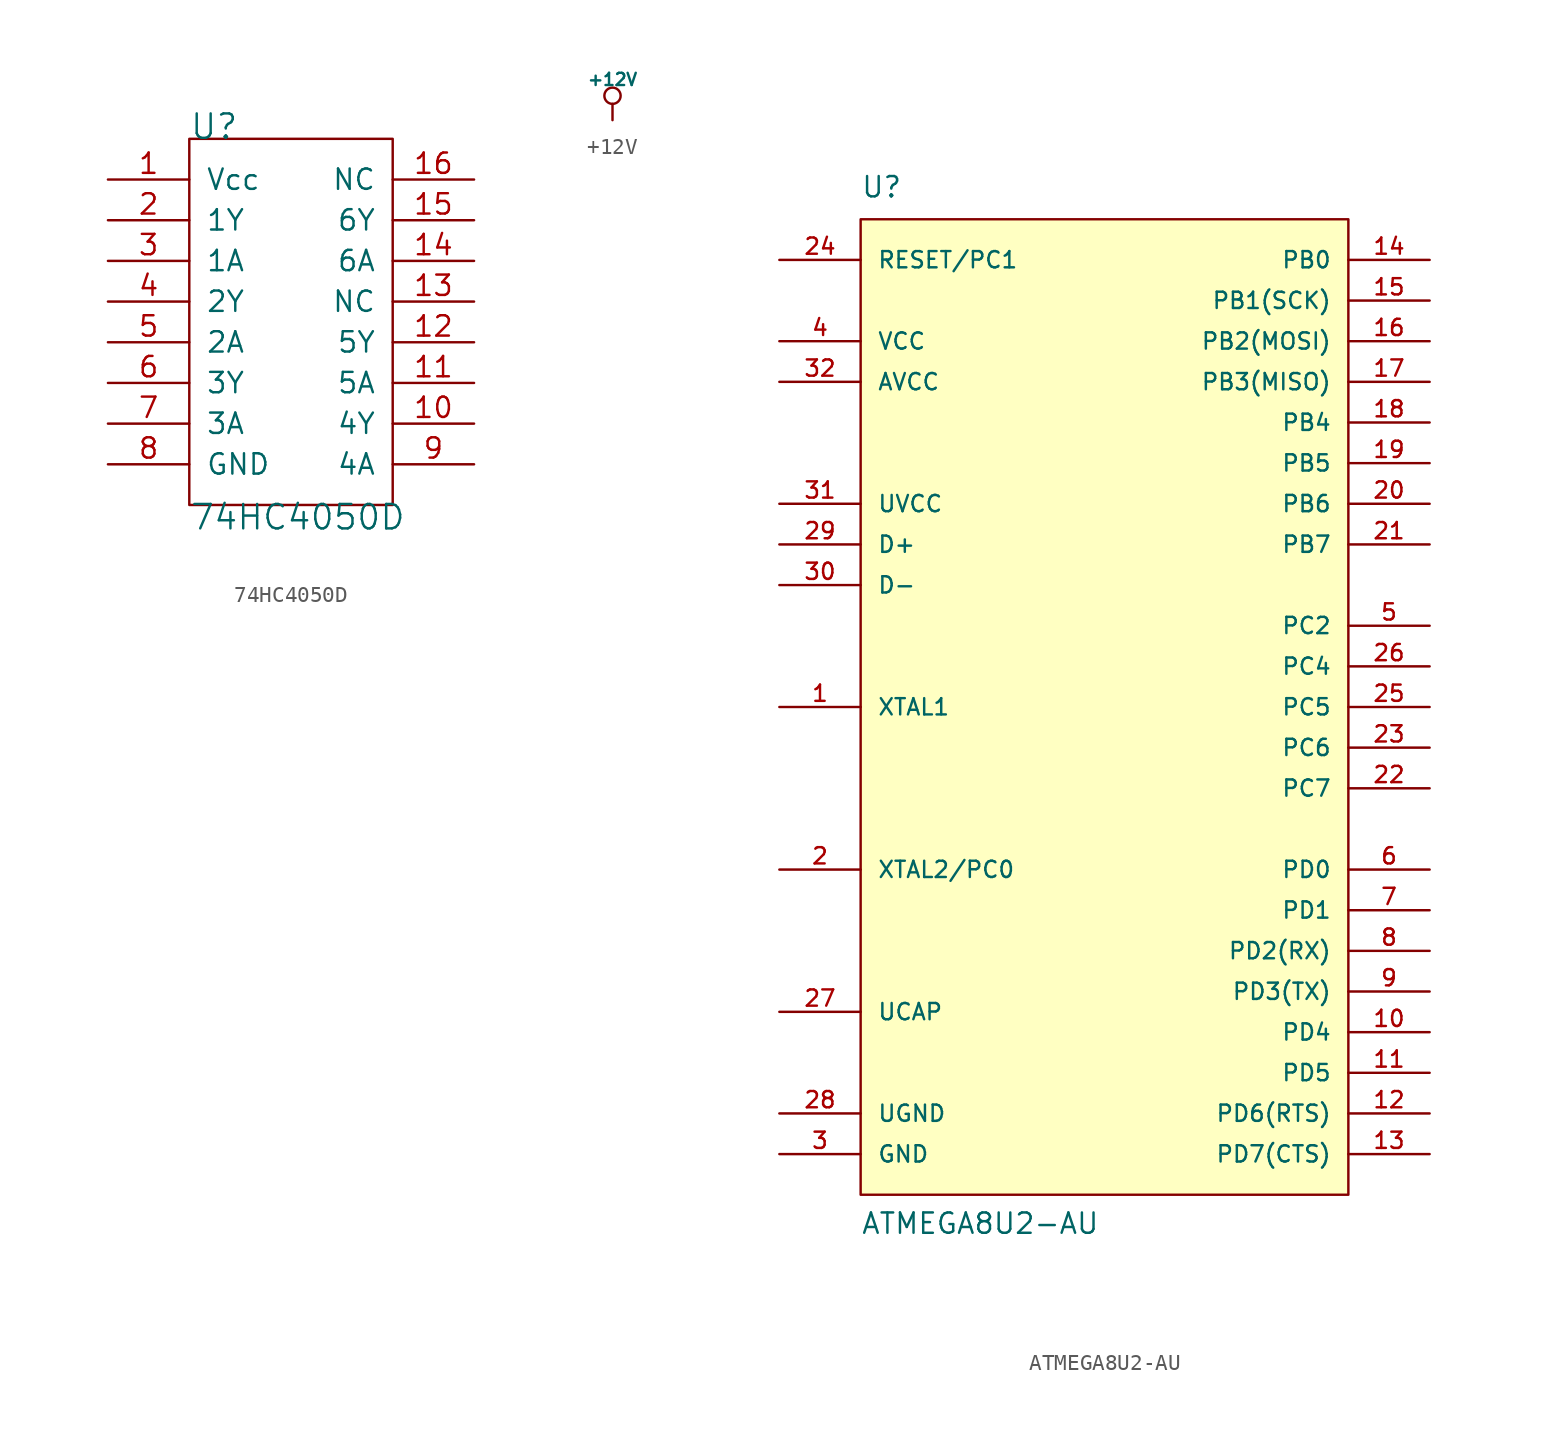
<source format=kicad_sym>
(kicad_symbol_lib
  (version 20211014)
  (generator kicad_symbol_editor)
  (symbol "74HC4050D"
    (pin_names
      (offset 1.016))
    (property "Reference" "U"
      (at 0 0.762 0)
      (effects (font (size 1.524 1.524)) (justify left)))
    (property "Value" "74HC4050D"
      (at 0 -23.622 0)
      (effects (font (size 1.524 1.524)) (justify left)))
    (property "Footprint" ""
      (at 0 0 0)
      (effects (font (size 1.524 1.524))))
    (property "Datasheet" ""
      (at 0 0 0)
      (effects (font (size 1.524 1.524))))
    (property "ki_locked" ""
      (at 0 0 0)
      (effects (font (size 1.27 1.27))))
    (symbol "74HC4050D_1_1"
      (rectangle (start 0 0) (end 12.7 -22.86) (stroke (width 0) (type default) (color 0 0 0 0)) (fill (type none)))
      (pin power_in line (at -5.08 -2.54 0) (length 5.08) (name "Vcc" (effects (font (size 1.27 1.27)))) (number "1" (effects (font (size 1.27 1.27)))))
      (pin power_in line (at 17.78 -17.78 180) (length 5.08) (name "4Y" (effects (font (size 1.27 1.27)))) (number "10" (effects (font (size 1.27 1.27)))))
      (pin power_in line (at 17.78 -15.24 180) (length 5.08) (name "5A" (effects (font (size 1.27 1.27)))) (number "11" (effects (font (size 1.27 1.27)))))
      (pin power_in line (at 17.78 -12.7 180) (length 5.08) (name "5Y" (effects (font (size 1.27 1.27)))) (number "12" (effects (font (size 1.27 1.27)))))
      (pin power_in line (at 17.78 -10.16 180) (length 5.08) (name "NC" (effects (font (size 1.27 1.27)))) (number "13" (effects (font (size 1.27 1.27)))))
      (pin power_in line (at 17.78 -7.62 180) (length 5.08) (name "6A" (effects (font (size 1.27 1.27)))) (number "14" (effects (font (size 1.27 1.27)))))
      (pin power_in line (at 17.78 -5.08 180) (length 5.08) (name "6Y" (effects (font (size 1.27 1.27)))) (number "15" (effects (font (size 1.27 1.27)))))
      (pin power_in line (at 17.78 -2.54 180) (length 5.08) (name "NC" (effects (font (size 1.27 1.27)))) (number "16" (effects (font (size 1.27 1.27)))))
      (pin power_in line (at -5.08 -5.08 0) (length 5.08) (name "1Y" (effects (font (size 1.27 1.27)))) (number "2" (effects (font (size 1.27 1.27)))))
      (pin power_in line (at -5.08 -7.62 0) (length 5.08) (name "1A" (effects (font (size 1.27 1.27)))) (number "3" (effects (font (size 1.27 1.27)))))
      (pin power_in line (at -5.08 -10.16 0) (length 5.08) (name "2Y" (effects (font (size 1.27 1.27)))) (number "4" (effects (font (size 1.27 1.27)))))
      (pin power_in line (at -5.08 -12.7 0) (length 5.08) (name "2A" (effects (font (size 1.27 1.27)))) (number "5" (effects (font (size 1.27 1.27)))))
      (pin power_in line (at -5.08 -15.24 0) (length 5.08) (name "3Y" (effects (font (size 1.27 1.27)))) (number "6" (effects (font (size 1.27 1.27)))))
      (pin power_in line (at -5.08 -17.78 0) (length 5.08) (name "3A" (effects (font (size 1.27 1.27)))) (number "7" (effects (font (size 1.27 1.27)))))
      (pin power_in line (at -5.08 -20.32 0) (length 5.08) (name "GND" (effects (font (size 1.27 1.27)))) (number "8" (effects (font (size 1.27 1.27)))))
      (pin power_in line (at 17.78 -20.32 180) (length 5.08) (name "4A" (effects (font (size 1.27 1.27)))) (number "9" (effects (font (size 1.27 1.27)))))))
  (symbol "+12V"
    (power)
    (pin_numbers hide)
    (pin_names
      (offset 0))
    (property "Reference" "#PWR"
      (at 0 -1.27 0)
      (effects (font (size 0.508 0.508)) hide))
    (property "Value" "+12V"
      (at 0 2.54 0)
      (effects (font (size 0.762 0.762))))
    (property "Footprint" ""
      (at 0 0 0)
      (effects (font (size 1.524 1.524))))
    (property "Datasheet" ""
      (at 0 0 0)
      (effects (font (size 1.524 1.524))))
    (symbol "+12V_0_0"
      (pin power_in line (at 0 0 90) (length 0) hide (name "+12V" (effects (font (size 0.762 0.762)))) (number "1" (effects (font (size 0.508 0.508))))))
    (symbol "+12V_0_1"
      (polyline (pts (xy 0 0) (xy 0 1.016) (xy 0 1.016)) (stroke (width 0) (type default) (color 0 0 0 0)) (fill (type none)))
      (circle (center 0 1.524) (radius 0.508) (stroke (width 0) (type default) (color 0 0 0 0)) (fill (type none)))))
  (symbol "ATMEGA8U2-AU"
    (pin_names
      (offset 1.016))
    (property "Reference" "U"
      (at -15.24 31.75 0)
      (effects (font (size 1.27 1.27)) (justify left bottom)))
    (property "Value" "ATMEGA8U2-AU"
      (at -15.24 -33.02 0)
      (effects (font (size 1.27 1.27)) (justify left bottom)))
    (property "Datasheet" ""
      (at 0 0 0)
      (effects (font (size 1.524 1.524))))
    (property "ki_locked" ""
      (at 0 0 0)
      (effects (font (size 1.27 1.27))))
    (symbol "ATMEGA8U2-AU_1_0"
      (rectangle (start 15.24 -30.48) (end -15.24 30.48) (stroke (width 0) (type default) (color 0 0 0 0)) (fill (type background))))
    (symbol "ATMEGA8U2-AU_1_1"
      (pin bidirectional line (at -20.32 0 0) (length 5.08) (name "XTAL1" (effects (font (size 1.016 1.016)))) (number "1" (effects (font (size 1.016 1.016)))))
      (pin bidirectional line (at 20.32 -20.32 180) (length 5.08) (name "PD4" (effects (font (size 1.016 1.016)))) (number "10" (effects (font (size 1.016 1.016)))))
      (pin bidirectional line (at 20.32 -22.86 180) (length 5.08) (name "PD5" (effects (font (size 1.016 1.016)))) (number "11" (effects (font (size 1.016 1.016)))))
      (pin bidirectional line (at 20.32 -25.4 180) (length 5.08) (name "PD6(RTS)" (effects (font (size 1.016 1.016)))) (number "12" (effects (font (size 1.016 1.016)))))
      (pin bidirectional line (at 20.32 -27.94 180) (length 5.08) (name "PD7(CTS)" (effects (font (size 1.016 1.016)))) (number "13" (effects (font (size 1.016 1.016)))))
      (pin bidirectional line (at 20.32 27.94 180) (length 5.08) (name "PB0" (effects (font (size 1.016 1.016)))) (number "14" (effects (font (size 1.016 1.016)))))
      (pin bidirectional line (at 20.32 25.4 180) (length 5.08) (name "PB1(SCK)" (effects (font (size 1.016 1.016)))) (number "15" (effects (font (size 1.016 1.016)))))
      (pin bidirectional line (at 20.32 22.86 180) (length 5.08) (name "PB2(MOSI)" (effects (font (size 1.016 1.016)))) (number "16" (effects (font (size 1.016 1.016)))))
      (pin bidirectional line (at 20.32 20.32 180) (length 5.08) (name "PB3(MISO)" (effects (font (size 1.016 1.016)))) (number "17" (effects (font (size 1.016 1.016)))))
      (pin bidirectional line (at 20.32 17.78 180) (length 5.08) (name "PB4" (effects (font (size 1.016 1.016)))) (number "18" (effects (font (size 1.016 1.016)))))
      (pin bidirectional line (at 20.32 15.24 180) (length 5.08) (name "PB5" (effects (font (size 1.016 1.016)))) (number "19" (effects (font (size 1.016 1.016)))))
      (pin bidirectional line (at -20.32 -10.16 0) (length 5.08) (name "XTAL2/PC0" (effects (font (size 1.016 1.016)))) (number "2" (effects (font (size 1.016 1.016)))))
      (pin bidirectional line (at 20.32 12.7 180) (length 5.08) (name "PB6" (effects (font (size 1.016 1.016)))) (number "20" (effects (font (size 1.016 1.016)))))
      (pin bidirectional line (at 20.32 10.16 180) (length 5.08) (name "PB7" (effects (font (size 1.016 1.016)))) (number "21" (effects (font (size 1.016 1.016)))))
      (pin bidirectional line (at 20.32 -5.08 180) (length 5.08) (name "PC7" (effects (font (size 1.016 1.016)))) (number "22" (effects (font (size 1.016 1.016)))))
      (pin bidirectional line (at 20.32 -2.54 180) (length 5.08) (name "PC6" (effects (font (size 1.016 1.016)))) (number "23" (effects (font (size 1.016 1.016)))))
      (pin bidirectional line (at -20.32 27.94 0) (length 5.08) (name "RESET/PC1" (effects (font (size 1.016 1.016)))) (number "24" (effects (font (size 1.016 1.016)))))
      (pin bidirectional line (at 20.32 0 180) (length 5.08) (name "PC5" (effects (font (size 1.016 1.016)))) (number "25" (effects (font (size 1.016 1.016)))))
      (pin bidirectional line (at 20.32 2.54 180) (length 5.08) (name "PC4" (effects (font (size 1.016 1.016)))) (number "26" (effects (font (size 1.016 1.016)))))
      (pin bidirectional line (at -20.32 -19.05 0) (length 5.08) (name "UCAP" (effects (font (size 1.016 1.016)))) (number "27" (effects (font (size 1.016 1.016)))))
      (pin bidirectional line (at -20.32 -25.4 0) (length 5.08) (name "UGND" (effects (font (size 1.016 1.016)))) (number "28" (effects (font (size 1.016 1.016)))))
      (pin bidirectional line (at -20.32 10.16 0) (length 5.08) (name "D+" (effects (font (size 1.016 1.016)))) (number "29" (effects (font (size 1.016 1.016)))))
      (pin bidirectional line (at -20.32 -27.94 0) (length 5.08) (name "GND" (effects (font (size 1.016 1.016)))) (number "3" (effects (font (size 1.016 1.016)))))
      (pin bidirectional line (at -20.32 7.62 0) (length 5.08) (name "D-" (effects (font (size 1.016 1.016)))) (number "30" (effects (font (size 1.016 1.016)))))
      (pin bidirectional line (at -20.32 12.7 0) (length 5.08) (name "UVCC" (effects (font (size 1.016 1.016)))) (number "31" (effects (font (size 1.016 1.016)))))
      (pin bidirectional line (at -20.32 20.32 0) (length 5.08) (name "AVCC" (effects (font (size 1.016 1.016)))) (number "32" (effects (font (size 1.016 1.016)))))
      (pin bidirectional line (at -20.32 22.86 0) (length 5.08) (name "VCC" (effects (font (size 1.016 1.016)))) (number "4" (effects (font (size 1.016 1.016)))))
      (pin bidirectional line (at 20.32 5.08 180) (length 5.08) (name "PC2" (effects (font (size 1.016 1.016)))) (number "5" (effects (font (size 1.016 1.016)))))
      (pin bidirectional line (at 20.32 -10.16 180) (length 5.08) (name "PD0" (effects (font (size 1.016 1.016)))) (number "6" (effects (font (size 1.016 1.016)))))
      (pin bidirectional line (at 20.32 -12.7 180) (length 5.08) (name "PD1" (effects (font (size 1.016 1.016)))) (number "7" (effects (font (size 1.016 1.016)))))
      (pin bidirectional line (at 20.32 -15.24 180) (length 5.08) (name "PD2(RX)" (effects (font (size 1.016 1.016)))) (number "8" (effects (font (size 1.016 1.016)))))
      (pin bidirectional line (at 20.32 -17.78 180) (length 5.08) (name "PD3(TX)" (effects (font (size 1.016 1.016)))) (number "9" (effects (font (size 1.016 1.016))))))))
</source>
